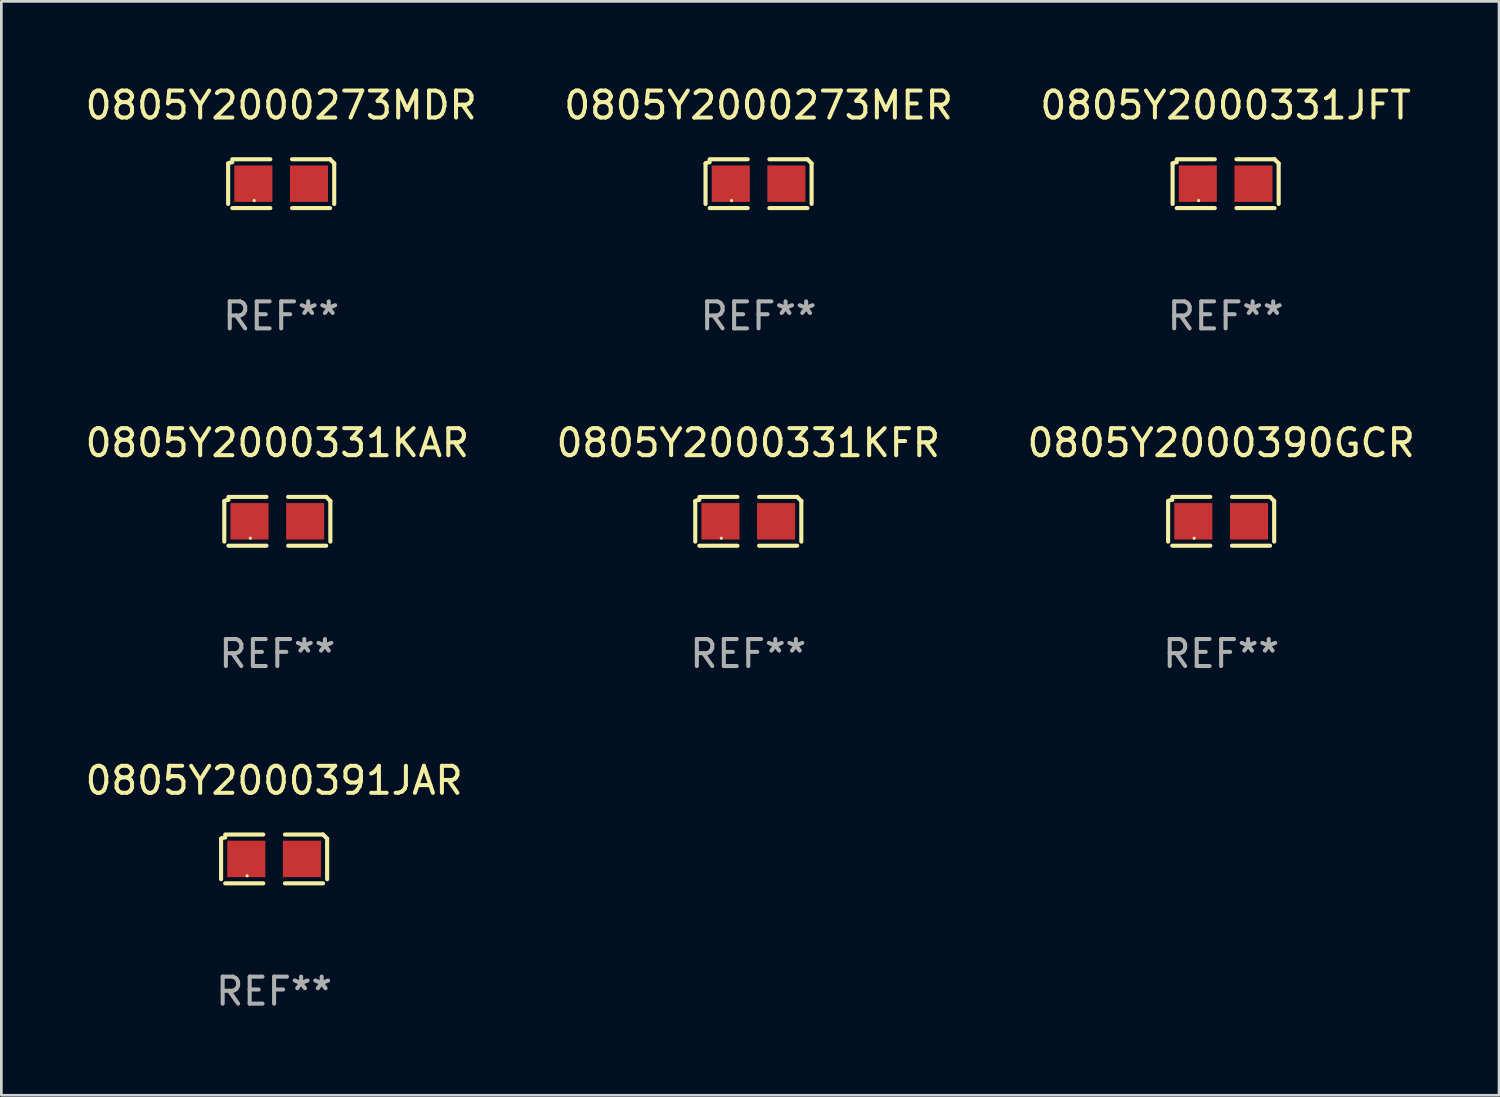
<source format=kicad_pcb>
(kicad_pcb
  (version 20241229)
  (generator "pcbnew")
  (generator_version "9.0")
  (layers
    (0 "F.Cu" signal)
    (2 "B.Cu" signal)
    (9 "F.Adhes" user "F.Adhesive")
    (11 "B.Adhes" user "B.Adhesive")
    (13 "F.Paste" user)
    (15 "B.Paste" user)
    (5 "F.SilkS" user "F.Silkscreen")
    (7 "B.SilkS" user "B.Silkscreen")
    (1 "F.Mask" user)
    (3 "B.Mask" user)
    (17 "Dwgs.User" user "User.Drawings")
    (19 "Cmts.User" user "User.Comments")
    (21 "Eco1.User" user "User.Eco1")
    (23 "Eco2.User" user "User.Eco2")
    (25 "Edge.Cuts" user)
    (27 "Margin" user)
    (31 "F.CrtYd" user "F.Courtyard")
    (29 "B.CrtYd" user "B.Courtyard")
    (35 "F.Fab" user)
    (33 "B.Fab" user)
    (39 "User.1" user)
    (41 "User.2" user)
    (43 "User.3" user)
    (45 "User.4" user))
  (footprint "0805Y2000273MER"
    (layer "F.Cu")
    (at 25.042 3.752)
    (property "Reference" "0805Y2000273MER" (at 0 -2.904 0) (layer "F.SilkS") (effects (font (size 1 1) (thickness 0.15))))
    (attr through_hole)
    (fp_line (start -1.964 0.751) (end -1.964 -0.751) (stroke (width 0.152) (type solid)) (layer "F.SilkS"))
    (fp_line (start -1.811 -0.904) (end -0.401 -0.904) (stroke (width 0.152) (type solid)) (layer "F.SilkS"))
    (fp_line (start -0.401 0.904) (end -1.811 0.904) (stroke (width 0.152) (type solid)) (layer "F.SilkS"))
    (fp_line (start 0.401 0.904) (end 1.811 0.904) (stroke (width 0.152) (type solid)) (layer "F.SilkS"))
    (fp_line (start 1.811 -0.904) (end 0.401 -0.904) (stroke (width 0.152) (type solid)) (layer "F.SilkS"))
    (fp_line (start 1.964 0.751) (end 1.964 -0.751) (stroke (width 0.152) (type solid)) (layer "F.SilkS"))
    (fp_arc (start -1.963602 -0.751207) (mid -1.890354 -0.783131) (end -1.811201 -0.794044) (stroke (width 0.1524) (type solid)) (layer "F.SilkS"))
    (fp_arc (start 1.811202 -0.903607) (mid 1.887413 -0.827418) (end 1.963602 -0.751207) (stroke (width 0.1524) (type solid)) (layer "F.SilkS"))
    (fp_circle (center -1 0.625) (end -0.97 0.625) (stroke (width 0.06) (type solid)) (fill no) (layer "F.SilkS"))
    (fp_text user "REF**" (at 0 4.904 0) (layer "F.Fab") (effects (font (size 1 1) (thickness 0.15))))
    (pad "1" smd rect (at -1.03 0) (size 1.41 1.35) (layers "F.Cu" "F.Mask" "F.Paste"))
    (pad "2" smd rect (at 1.03 0) (size 1.41 1.35) (layers "F.Cu" "F.Mask" "F.Paste")))
  (footprint "0805Y2000331KFR"
    (layer "F.Cu")
    (at 24.661 16.256)
    (property "Reference" "0805Y2000331KFR" (at 0 -2.904 0) (layer "F.SilkS") (effects (font (size 1 1) (thickness 0.15))))
    (attr through_hole)
    (fp_line (start -1.964 0.751) (end -1.964 -0.751) (stroke (width 0.152) (type solid)) (layer "F.SilkS"))
    (fp_line (start -1.811 -0.904) (end -0.401 -0.904) (stroke (width 0.152) (type solid)) (layer "F.SilkS"))
    (fp_line (start -0.401 0.904) (end -1.811 0.904) (stroke (width 0.152) (type solid)) (layer "F.SilkS"))
    (fp_line (start 0.401 0.904) (end 1.811 0.904) (stroke (width 0.152) (type solid)) (layer "F.SilkS"))
    (fp_line (start 1.811 -0.904) (end 0.401 -0.904) (stroke (width 0.152) (type solid)) (layer "F.SilkS"))
    (fp_line (start 1.964 0.751) (end 1.964 -0.751) (stroke (width 0.152) (type solid)) (layer "F.SilkS"))
    (fp_arc (start -1.963602 -0.751207) (mid -1.890354 -0.783131) (end -1.811201 -0.794044) (stroke (width 0.1524) (type solid)) (layer "F.SilkS"))
    (fp_arc (start 1.811202 -0.903607) (mid 1.887413 -0.827418) (end 1.963602 -0.751207) (stroke (width 0.1524) (type solid)) (layer "F.SilkS"))
    (fp_circle (center -1 0.625) (end -0.97 0.625) (stroke (width 0.06) (type solid)) (fill no) (layer "F.SilkS"))
    (fp_text user "REF**" (at 0 4.904 0) (layer "F.Fab") (effects (font (size 1 1) (thickness 0.15))))
    (pad "1" smd rect (at -1.03 0) (size 1.41 1.35) (layers "F.Cu" "F.Mask" "F.Paste"))
    (pad "2" smd rect (at 1.03 0) (size 1.41 1.35) (layers "F.Cu" "F.Mask" "F.Paste")))
  (footprint "0805Y2000331JFT"
    (layer "F.Cu")
    (at 42.339 3.752)
    (property "Reference" "0805Y2000331JFT" (at 0 -2.904 0) (layer "F.SilkS") (effects (font (size 1 1) (thickness 0.15))))
    (attr through_hole)
    (fp_line (start -1.964 0.751) (end -1.964 -0.751) (stroke (width 0.152) (type solid)) (layer "F.SilkS"))
    (fp_line (start -1.811 -0.904) (end -0.401 -0.904) (stroke (width 0.152) (type solid)) (layer "F.SilkS"))
    (fp_line (start -0.401 0.904) (end -1.811 0.904) (stroke (width 0.152) (type solid)) (layer "F.SilkS"))
    (fp_line (start 0.401 0.904) (end 1.811 0.904) (stroke (width 0.152) (type solid)) (layer "F.SilkS"))
    (fp_line (start 1.811 -0.904) (end 0.401 -0.904) (stroke (width 0.152) (type solid)) (layer "F.SilkS"))
    (fp_line (start 1.964 0.751) (end 1.964 -0.751) (stroke (width 0.152) (type solid)) (layer "F.SilkS"))
    (fp_arc (start -1.963602 -0.751207) (mid -1.890354 -0.783131) (end -1.811201 -0.794044) (stroke (width 0.1524) (type solid)) (layer "F.SilkS"))
    (fp_arc (start 1.811202 -0.903607) (mid 1.887413 -0.827418) (end 1.963602 -0.751207) (stroke (width 0.1524) (type solid)) (layer "F.SilkS"))
    (fp_circle (center -1 0.625) (end -0.97 0.625) (stroke (width 0.06) (type solid)) (fill no) (layer "F.SilkS"))
    (fp_text user "REF**" (at 0 4.904 0) (layer "F.Fab") (effects (font (size 1 1) (thickness 0.15))))
    (pad "1" smd rect (at -1.03 0) (size 1.41 1.35) (layers "F.Cu" "F.Mask" "F.Paste"))
    (pad "2" smd rect (at 1.03 0) (size 1.41 1.35) (layers "F.Cu" "F.Mask" "F.Paste")))
  (footprint "0805Y2000391JAR"
    (layer "F.Cu")
    (at 7.101 28.759)
    (property "Reference" "0805Y2000391JAR" (at 0 -2.904 0) (layer "F.SilkS") (effects (font (size 1 1) (thickness 0.15))))
    (attr through_hole)
    (fp_line (start -1.964 0.751) (end -1.964 -0.751) (stroke (width 0.152) (type solid)) (layer "F.SilkS"))
    (fp_line (start -1.811 -0.904) (end -0.401 -0.904) (stroke (width 0.152) (type solid)) (layer "F.SilkS"))
    (fp_line (start -0.401 0.904) (end -1.811 0.904) (stroke (width 0.152) (type solid)) (layer "F.SilkS"))
    (fp_line (start 0.401 0.904) (end 1.811 0.904) (stroke (width 0.152) (type solid)) (layer "F.SilkS"))
    (fp_line (start 1.811 -0.904) (end 0.401 -0.904) (stroke (width 0.152) (type solid)) (layer "F.SilkS"))
    (fp_line (start 1.964 0.751) (end 1.964 -0.751) (stroke (width 0.152) (type solid)) (layer "F.SilkS"))
    (fp_arc (start -1.963602 -0.751207) (mid -1.890354 -0.783131) (end -1.811201 -0.794044) (stroke (width 0.1524) (type solid)) (layer "F.SilkS"))
    (fp_arc (start 1.811202 -0.903607) (mid 1.887413 -0.827418) (end 1.963602 -0.751207) (stroke (width 0.1524) (type solid)) (layer "F.SilkS"))
    (fp_circle (center -1 0.625) (end -0.97 0.625) (stroke (width 0.06) (type solid)) (fill no) (layer "F.SilkS"))
    (fp_text user "REF**" (at 0 4.904 0) (layer "F.Fab") (effects (font (size 1 1) (thickness 0.15))))
    (pad "1" smd rect (at -1.03 0) (size 1.41 1.35) (layers "F.Cu" "F.Mask" "F.Paste"))
    (pad "2" smd rect (at 1.03 0) (size 1.41 1.35) (layers "F.Cu" "F.Mask" "F.Paste")))
  (footprint "0805Y2000273MDR"
    (layer "F.Cu")
    (at 7.363 3.752)
    (property "Reference" "0805Y2000273MDR" (at 0 -2.904 0) (layer "F.SilkS") (effects (font (size 1 1) (thickness 0.15))))
    (attr through_hole)
    (fp_line (start -1.964 0.751) (end -1.964 -0.751) (stroke (width 0.152) (type solid)) (layer "F.SilkS"))
    (fp_line (start -1.811 -0.904) (end -0.401 -0.904) (stroke (width 0.152) (type solid)) (layer "F.SilkS"))
    (fp_line (start -0.401 0.904) (end -1.811 0.904) (stroke (width 0.152) (type solid)) (layer "F.SilkS"))
    (fp_line (start 0.401 0.904) (end 1.811 0.904) (stroke (width 0.152) (type solid)) (layer "F.SilkS"))
    (fp_line (start 1.811 -0.904) (end 0.401 -0.904) (stroke (width 0.152) (type solid)) (layer "F.SilkS"))
    (fp_line (start 1.964 0.751) (end 1.964 -0.751) (stroke (width 0.152) (type solid)) (layer "F.SilkS"))
    (fp_arc (start -1.963602 -0.751207) (mid -1.890354 -0.783131) (end -1.811201 -0.794044) (stroke (width 0.1524) (type solid)) (layer "F.SilkS"))
    (fp_arc (start 1.811202 -0.903607) (mid 1.887413 -0.827418) (end 1.963602 -0.751207) (stroke (width 0.1524) (type solid)) (layer "F.SilkS"))
    (fp_circle (center -1 0.625) (end -0.97 0.625) (stroke (width 0.06) (type solid)) (fill no) (layer "F.SilkS"))
    (fp_text user "REF**" (at 0 4.904 0) (layer "F.Fab") (effects (font (size 1 1) (thickness 0.15))))
    (pad "1" smd rect (at -1.03 0) (size 1.41 1.35) (layers "F.Cu" "F.Mask" "F.Paste"))
    (pad "2" smd rect (at 1.03 0) (size 1.41 1.35) (layers "F.Cu" "F.Mask" "F.Paste")))
  (footprint "0805Y2000390GCR"
    (layer "F.Cu")
    (at 42.173 16.256)
    (property "Reference" "0805Y2000390GCR" (at 0 -2.904 0) (layer "F.SilkS") (effects (font (size 1 1) (thickness 0.15))))
    (attr through_hole)
    (fp_line (start -1.964 0.751) (end -1.964 -0.751) (stroke (width 0.152) (type solid)) (layer "F.SilkS"))
    (fp_line (start -1.811 -0.904) (end -0.401 -0.904) (stroke (width 0.152) (type solid)) (layer "F.SilkS"))
    (fp_line (start -0.401 0.904) (end -1.811 0.904) (stroke (width 0.152) (type solid)) (layer "F.SilkS"))
    (fp_line (start 0.401 0.904) (end 1.811 0.904) (stroke (width 0.152) (type solid)) (layer "F.SilkS"))
    (fp_line (start 1.811 -0.904) (end 0.401 -0.904) (stroke (width 0.152) (type solid)) (layer "F.SilkS"))
    (fp_line (start 1.964 0.751) (end 1.964 -0.751) (stroke (width 0.152) (type solid)) (layer "F.SilkS"))
    (fp_arc (start -1.963602 -0.751207) (mid -1.890354 -0.783131) (end -1.811201 -0.794044) (stroke (width 0.1524) (type solid)) (layer "F.SilkS"))
    (fp_arc (start 1.811202 -0.903607) (mid 1.887413 -0.827418) (end 1.963602 -0.751207) (stroke (width 0.1524) (type solid)) (layer "F.SilkS"))
    (fp_circle (center -1 0.625) (end -0.97 0.625) (stroke (width 0.06) (type solid)) (fill no) (layer "F.SilkS"))
    (fp_text user "REF**" (at 0 4.904 0) (layer "F.Fab") (effects (font (size 1 1) (thickness 0.15))))
    (pad "1" smd rect (at -1.03 0) (size 1.41 1.35) (layers "F.Cu" "F.Mask" "F.Paste"))
    (pad "2" smd rect (at 1.03 0) (size 1.41 1.35) (layers "F.Cu" "F.Mask" "F.Paste")))
  (footprint "0805Y2000331KAR"
    (layer "F.Cu")
    (at 7.22 16.256)
    (property "Reference" "0805Y2000331KAR" (at 0 -2.904 0) (layer "F.SilkS") (effects (font (size 1 1) (thickness 0.15))))
    (attr through_hole)
    (fp_line (start -1.964 0.751) (end -1.964 -0.751) (stroke (width 0.152) (type solid)) (layer "F.SilkS"))
    (fp_line (start -1.811 -0.904) (end -0.401 -0.904) (stroke (width 0.152) (type solid)) (layer "F.SilkS"))
    (fp_line (start -0.401 0.904) (end -1.811 0.904) (stroke (width 0.152) (type solid)) (layer "F.SilkS"))
    (fp_line (start 0.401 0.904) (end 1.811 0.904) (stroke (width 0.152) (type solid)) (layer "F.SilkS"))
    (fp_line (start 1.811 -0.904) (end 0.401 -0.904) (stroke (width 0.152) (type solid)) (layer "F.SilkS"))
    (fp_line (start 1.964 0.751) (end 1.964 -0.751) (stroke (width 0.152) (type solid)) (layer "F.SilkS"))
    (fp_arc (start -1.963602 -0.751207) (mid -1.890354 -0.783131) (end -1.811201 -0.794044) (stroke (width 0.1524) (type solid)) (layer "F.SilkS"))
    (fp_arc (start 1.811202 -0.903607) (mid 1.887413 -0.827418) (end 1.963602 -0.751207) (stroke (width 0.1524) (type solid)) (layer "F.SilkS"))
    (fp_circle (center -1 0.625) (end -0.97 0.625) (stroke (width 0.06) (type solid)) (fill no) (layer "F.SilkS"))
    (fp_text user "REF**" (at 0 4.904 0) (layer "F.Fab") (effects (font (size 1 1) (thickness 0.15))))
    (pad "1" smd rect (at -1.03 0) (size 1.41 1.35) (layers "F.Cu" "F.Mask" "F.Paste"))
    (pad "2" smd rect (at 1.03 0) (size 1.41 1.35) (layers "F.Cu" "F.Mask" "F.Paste")))
  (gr_rect
    (start -3 -3)
    (end 52.464 37.511)
    (stroke (width 0.1) (type default))
    (fill no)
    (layer "Edge.Cuts")))
</source>
